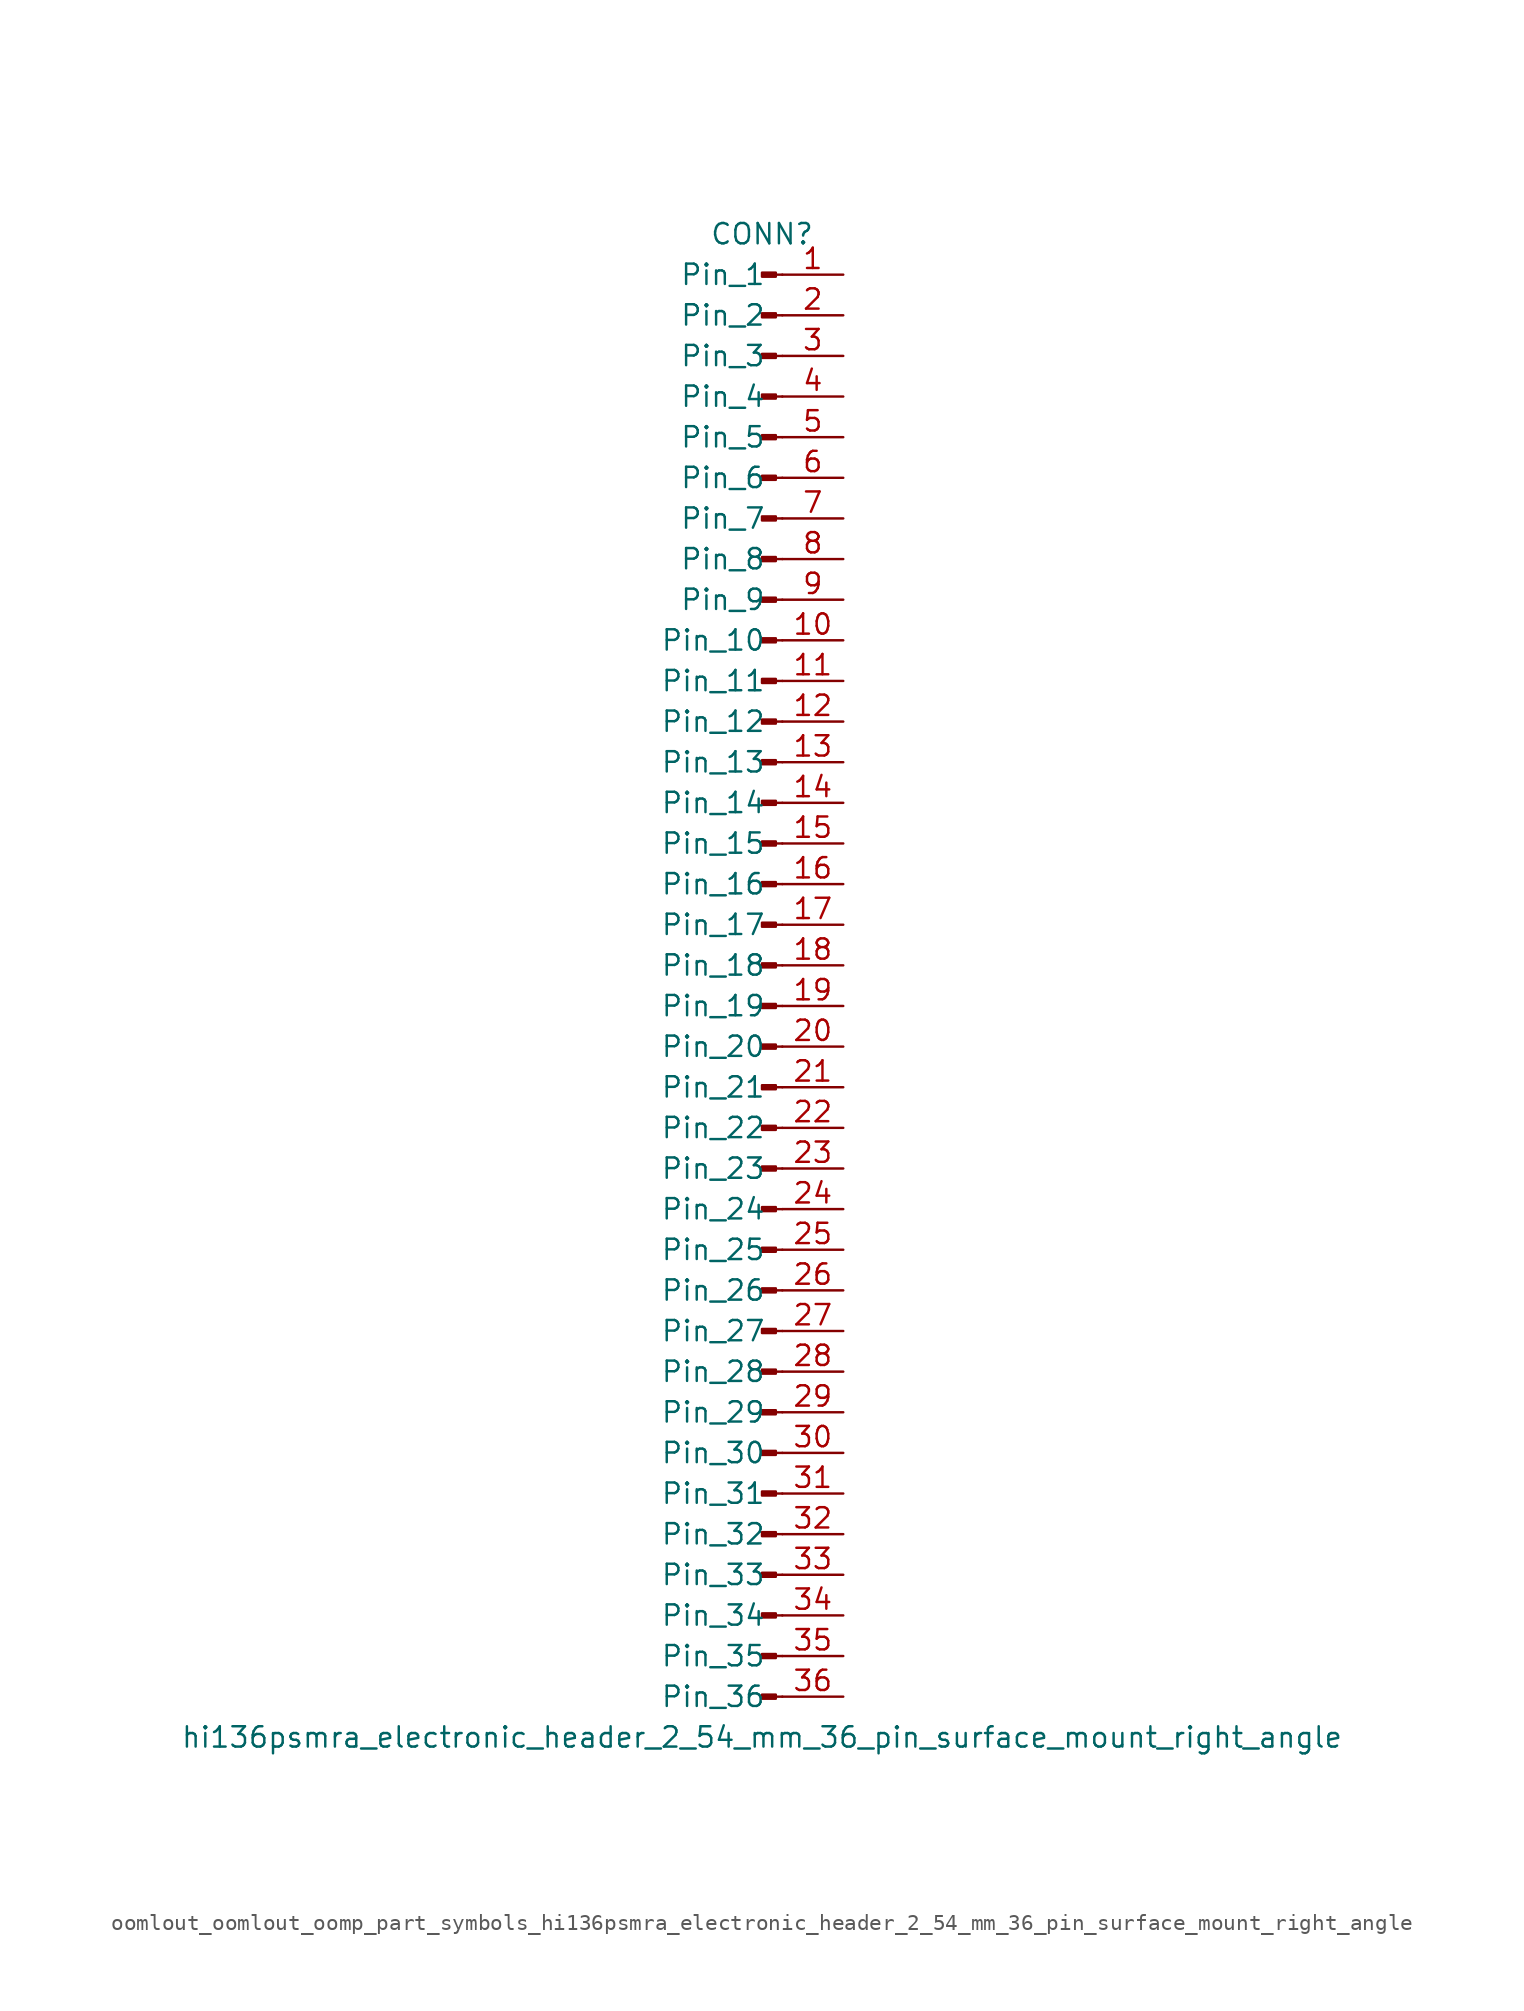
<source format=kicad_sym>
(kicad_symbol_lib
  (version 20220914)
  (generator kicad_symbol_editor)
  (symbol "oomlout_oomlout_oomp_part_symbols_hi136psmra_electronic_header_2_54_mm_36_pin_surface_mount_right_angle"
    (pin_names
      (offset 1.016))
    (property "Reference" "CONN"
      (at 0 45.72 0)
      (effects (font (size 1.27 1.27))))
    (property "Value" "hi136psmra_electronic_header_2_54_mm_36_pin_surface_mount_right_angle"
      (at 0 -48.26 0)
      (effects (font (size 1.27 1.27))))
    (property "ki_locked" ""
      (at 0 0 0)
      (effects (font (size 1.27 1.27))))
    (symbol "oomlout_oomlout_oomp_part_symbols_hi136psmra_electronic_header_2_54_mm_36_pin_surface_mount_right_angle_1_1"
      (polyline (pts (xy 1.27 -45.72) (xy 0.864 -45.72)) (stroke (width 0.152) (type default)) (fill (type none)))
      (polyline (pts (xy 1.27 -43.18) (xy 0.864 -43.18)) (stroke (width 0.152) (type default)) (fill (type none)))
      (polyline (pts (xy 1.27 -40.64) (xy 0.864 -40.64)) (stroke (width 0.152) (type default)) (fill (type none)))
      (polyline (pts (xy 1.27 -38.1) (xy 0.864 -38.1)) (stroke (width 0.152) (type default)) (fill (type none)))
      (polyline (pts (xy 1.27 -35.56) (xy 0.864 -35.56)) (stroke (width 0.152) (type default)) (fill (type none)))
      (polyline (pts (xy 1.27 -33.02) (xy 0.864 -33.02)) (stroke (width 0.152) (type default)) (fill (type none)))
      (polyline (pts (xy 1.27 -30.48) (xy 0.864 -30.48)) (stroke (width 0.152) (type default)) (fill (type none)))
      (polyline (pts (xy 1.27 -27.94) (xy 0.864 -27.94)) (stroke (width 0.152) (type default)) (fill (type none)))
      (polyline (pts (xy 1.27 -25.4) (xy 0.864 -25.4)) (stroke (width 0.152) (type default)) (fill (type none)))
      (polyline (pts (xy 1.27 -22.86) (xy 0.864 -22.86)) (stroke (width 0.152) (type default)) (fill (type none)))
      (polyline (pts (xy 1.27 -20.32) (xy 0.864 -20.32)) (stroke (width 0.152) (type default)) (fill (type none)))
      (polyline (pts (xy 1.27 -17.78) (xy 0.864 -17.78)) (stroke (width 0.152) (type default)) (fill (type none)))
      (polyline (pts (xy 1.27 -15.24) (xy 0.864 -15.24)) (stroke (width 0.152) (type default)) (fill (type none)))
      (polyline (pts (xy 1.27 -12.7) (xy 0.864 -12.7)) (stroke (width 0.152) (type default)) (fill (type none)))
      (polyline (pts (xy 1.27 -10.16) (xy 0.864 -10.16)) (stroke (width 0.152) (type default)) (fill (type none)))
      (polyline (pts (xy 1.27 -7.62) (xy 0.864 -7.62)) (stroke (width 0.152) (type default)) (fill (type none)))
      (polyline (pts (xy 1.27 -5.08) (xy 0.864 -5.08)) (stroke (width 0.152) (type default)) (fill (type none)))
      (polyline (pts (xy 1.27 -2.54) (xy 0.864 -2.54)) (stroke (width 0.152) (type default)) (fill (type none)))
      (polyline (pts (xy 1.27 0) (xy 0.864 0)) (stroke (width 0.152) (type default)) (fill (type none)))
      (polyline (pts (xy 1.27 2.54) (xy 0.864 2.54)) (stroke (width 0.152) (type default)) (fill (type none)))
      (polyline (pts (xy 1.27 5.08) (xy 0.864 5.08)) (stroke (width 0.152) (type default)) (fill (type none)))
      (polyline (pts (xy 1.27 7.62) (xy 0.864 7.62)) (stroke (width 0.152) (type default)) (fill (type none)))
      (polyline (pts (xy 1.27 10.16) (xy 0.864 10.16)) (stroke (width 0.152) (type default)) (fill (type none)))
      (polyline (pts (xy 1.27 12.7) (xy 0.864 12.7)) (stroke (width 0.152) (type default)) (fill (type none)))
      (polyline (pts (xy 1.27 15.24) (xy 0.864 15.24)) (stroke (width 0.152) (type default)) (fill (type none)))
      (polyline (pts (xy 1.27 17.78) (xy 0.864 17.78)) (stroke (width 0.152) (type default)) (fill (type none)))
      (polyline (pts (xy 1.27 20.32) (xy 0.864 20.32)) (stroke (width 0.152) (type default)) (fill (type none)))
      (polyline (pts (xy 1.27 22.86) (xy 0.864 22.86)) (stroke (width 0.152) (type default)) (fill (type none)))
      (polyline (pts (xy 1.27 25.4) (xy 0.864 25.4)) (stroke (width 0.152) (type default)) (fill (type none)))
      (polyline (pts (xy 1.27 27.94) (xy 0.864 27.94)) (stroke (width 0.152) (type default)) (fill (type none)))
      (polyline (pts (xy 1.27 30.48) (xy 0.864 30.48)) (stroke (width 0.152) (type default)) (fill (type none)))
      (polyline (pts (xy 1.27 33.02) (xy 0.864 33.02)) (stroke (width 0.152) (type default)) (fill (type none)))
      (polyline (pts (xy 1.27 35.56) (xy 0.864 35.56)) (stroke (width 0.152) (type default)) (fill (type none)))
      (polyline (pts (xy 1.27 38.1) (xy 0.864 38.1)) (stroke (width 0.152) (type default)) (fill (type none)))
      (polyline (pts (xy 1.27 40.64) (xy 0.864 40.64)) (stroke (width 0.152) (type default)) (fill (type none)))
      (polyline (pts (xy 1.27 43.18) (xy 0.864 43.18)) (stroke (width 0.152) (type default)) (fill (type none)))
      (rectangle (start 0.864 -45.593) (end 0 -45.847) (stroke (width 0.152) (type default)) (fill (type outline)))
      (rectangle (start 0.864 -43.053) (end 0 -43.307) (stroke (width 0.152) (type default)) (fill (type outline)))
      (rectangle (start 0.864 -40.513) (end 0 -40.767) (stroke (width 0.152) (type default)) (fill (type outline)))
      (rectangle (start 0.864 -37.973) (end 0 -38.227) (stroke (width 0.152) (type default)) (fill (type outline)))
      (rectangle (start 0.864 -35.433) (end 0 -35.687) (stroke (width 0.152) (type default)) (fill (type outline)))
      (rectangle (start 0.864 -32.893) (end 0 -33.147) (stroke (width 0.152) (type default)) (fill (type outline)))
      (rectangle (start 0.864 -30.353) (end 0 -30.607) (stroke (width 0.152) (type default)) (fill (type outline)))
      (rectangle (start 0.864 -27.813) (end 0 -28.067) (stroke (width 0.152) (type default)) (fill (type outline)))
      (rectangle (start 0.864 -25.273) (end 0 -25.527) (stroke (width 0.152) (type default)) (fill (type outline)))
      (rectangle (start 0.864 -22.733) (end 0 -22.987) (stroke (width 0.152) (type default)) (fill (type outline)))
      (rectangle (start 0.864 -20.193) (end 0 -20.447) (stroke (width 0.152) (type default)) (fill (type outline)))
      (rectangle (start 0.864 -17.653) (end 0 -17.907) (stroke (width 0.152) (type default)) (fill (type outline)))
      (rectangle (start 0.864 -15.113) (end 0 -15.367) (stroke (width 0.152) (type default)) (fill (type outline)))
      (rectangle (start 0.864 -12.573) (end 0 -12.827) (stroke (width 0.152) (type default)) (fill (type outline)))
      (rectangle (start 0.864 -10.033) (end 0 -10.287) (stroke (width 0.152) (type default)) (fill (type outline)))
      (rectangle (start 0.864 -7.493) (end 0 -7.747) (stroke (width 0.152) (type default)) (fill (type outline)))
      (rectangle (start 0.864 -4.953) (end 0 -5.207) (stroke (width 0.152) (type default)) (fill (type outline)))
      (rectangle (start 0.864 -2.413) (end 0 -2.667) (stroke (width 0.152) (type default)) (fill (type outline)))
      (rectangle (start 0.864 0.127) (end 0 -0.127) (stroke (width 0.152) (type default)) (fill (type outline)))
      (rectangle (start 0.864 2.667) (end 0 2.413) (stroke (width 0.152) (type default)) (fill (type outline)))
      (rectangle (start 0.864 5.207) (end 0 4.953) (stroke (width 0.152) (type default)) (fill (type outline)))
      (rectangle (start 0.864 7.747) (end 0 7.493) (stroke (width 0.152) (type default)) (fill (type outline)))
      (rectangle (start 0.864 10.287) (end 0 10.033) (stroke (width 0.152) (type default)) (fill (type outline)))
      (rectangle (start 0.864 12.827) (end 0 12.573) (stroke (width 0.152) (type default)) (fill (type outline)))
      (rectangle (start 0.864 15.367) (end 0 15.113) (stroke (width 0.152) (type default)) (fill (type outline)))
      (rectangle (start 0.864 17.907) (end 0 17.653) (stroke (width 0.152) (type default)) (fill (type outline)))
      (rectangle (start 0.864 20.447) (end 0 20.193) (stroke (width 0.152) (type default)) (fill (type outline)))
      (rectangle (start 0.864 22.987) (end 0 22.733) (stroke (width 0.152) (type default)) (fill (type outline)))
      (rectangle (start 0.864 25.527) (end 0 25.273) (stroke (width 0.152) (type default)) (fill (type outline)))
      (rectangle (start 0.864 28.067) (end 0 27.813) (stroke (width 0.152) (type default)) (fill (type outline)))
      (rectangle (start 0.864 30.607) (end 0 30.353) (stroke (width 0.152) (type default)) (fill (type outline)))
      (rectangle (start 0.864 33.147) (end 0 32.893) (stroke (width 0.152) (type default)) (fill (type outline)))
      (rectangle (start 0.864 35.687) (end 0 35.433) (stroke (width 0.152) (type default)) (fill (type outline)))
      (rectangle (start 0.864 38.227) (end 0 37.973) (stroke (width 0.152) (type default)) (fill (type outline)))
      (rectangle (start 0.864 40.767) (end 0 40.513) (stroke (width 0.152) (type default)) (fill (type outline)))
      (rectangle (start 0.864 43.307) (end 0 43.053) (stroke (width 0.152) (type default)) (fill (type outline)))
      (pin passive line (at 5.08 43.18 180) (length 3.81) (name "Pin_1" (effects (font (size 1.27 1.27)))) (number "1" (effects (font (size 1.27 1.27)))))
      (pin passive line (at 5.08 20.32 180) (length 3.81) (name "Pin_10" (effects (font (size 1.27 1.27)))) (number "10" (effects (font (size 1.27 1.27)))))
      (pin passive line (at 5.08 17.78 180) (length 3.81) (name "Pin_11" (effects (font (size 1.27 1.27)))) (number "11" (effects (font (size 1.27 1.27)))))
      (pin passive line (at 5.08 15.24 180) (length 3.81) (name "Pin_12" (effects (font (size 1.27 1.27)))) (number "12" (effects (font (size 1.27 1.27)))))
      (pin passive line (at 5.08 12.7 180) (length 3.81) (name "Pin_13" (effects (font (size 1.27 1.27)))) (number "13" (effects (font (size 1.27 1.27)))))
      (pin passive line (at 5.08 10.16 180) (length 3.81) (name "Pin_14" (effects (font (size 1.27 1.27)))) (number "14" (effects (font (size 1.27 1.27)))))
      (pin passive line (at 5.08 7.62 180) (length 3.81) (name "Pin_15" (effects (font (size 1.27 1.27)))) (number "15" (effects (font (size 1.27 1.27)))))
      (pin passive line (at 5.08 5.08 180) (length 3.81) (name "Pin_16" (effects (font (size 1.27 1.27)))) (number "16" (effects (font (size 1.27 1.27)))))
      (pin passive line (at 5.08 2.54 180) (length 3.81) (name "Pin_17" (effects (font (size 1.27 1.27)))) (number "17" (effects (font (size 1.27 1.27)))))
      (pin passive line (at 5.08 0 180) (length 3.81) (name "Pin_18" (effects (font (size 1.27 1.27)))) (number "18" (effects (font (size 1.27 1.27)))))
      (pin passive line (at 5.08 -2.54 180) (length 3.81) (name "Pin_19" (effects (font (size 1.27 1.27)))) (number "19" (effects (font (size 1.27 1.27)))))
      (pin passive line (at 5.08 40.64 180) (length 3.81) (name "Pin_2" (effects (font (size 1.27 1.27)))) (number "2" (effects (font (size 1.27 1.27)))))
      (pin passive line (at 5.08 -5.08 180) (length 3.81) (name "Pin_20" (effects (font (size 1.27 1.27)))) (number "20" (effects (font (size 1.27 1.27)))))
      (pin passive line (at 5.08 -7.62 180) (length 3.81) (name "Pin_21" (effects (font (size 1.27 1.27)))) (number "21" (effects (font (size 1.27 1.27)))))
      (pin passive line (at 5.08 -10.16 180) (length 3.81) (name "Pin_22" (effects (font (size 1.27 1.27)))) (number "22" (effects (font (size 1.27 1.27)))))
      (pin passive line (at 5.08 -12.7 180) (length 3.81) (name "Pin_23" (effects (font (size 1.27 1.27)))) (number "23" (effects (font (size 1.27 1.27)))))
      (pin passive line (at 5.08 -15.24 180) (length 3.81) (name "Pin_24" (effects (font (size 1.27 1.27)))) (number "24" (effects (font (size 1.27 1.27)))))
      (pin passive line (at 5.08 -17.78 180) (length 3.81) (name "Pin_25" (effects (font (size 1.27 1.27)))) (number "25" (effects (font (size 1.27 1.27)))))
      (pin passive line (at 5.08 -20.32 180) (length 3.81) (name "Pin_26" (effects (font (size 1.27 1.27)))) (number "26" (effects (font (size 1.27 1.27)))))
      (pin passive line (at 5.08 -22.86 180) (length 3.81) (name "Pin_27" (effects (font (size 1.27 1.27)))) (number "27" (effects (font (size 1.27 1.27)))))
      (pin passive line (at 5.08 -25.4 180) (length 3.81) (name "Pin_28" (effects (font (size 1.27 1.27)))) (number "28" (effects (font (size 1.27 1.27)))))
      (pin passive line (at 5.08 -27.94 180) (length 3.81) (name "Pin_29" (effects (font (size 1.27 1.27)))) (number "29" (effects (font (size 1.27 1.27)))))
      (pin passive line (at 5.08 38.1 180) (length 3.81) (name "Pin_3" (effects (font (size 1.27 1.27)))) (number "3" (effects (font (size 1.27 1.27)))))
      (pin passive line (at 5.08 -30.48 180) (length 3.81) (name "Pin_30" (effects (font (size 1.27 1.27)))) (number "30" (effects (font (size 1.27 1.27)))))
      (pin passive line (at 5.08 -33.02 180) (length 3.81) (name "Pin_31" (effects (font (size 1.27 1.27)))) (number "31" (effects (font (size 1.27 1.27)))))
      (pin passive line (at 5.08 -35.56 180) (length 3.81) (name "Pin_32" (effects (font (size 1.27 1.27)))) (number "32" (effects (font (size 1.27 1.27)))))
      (pin passive line (at 5.08 -38.1 180) (length 3.81) (name "Pin_33" (effects (font (size 1.27 1.27)))) (number "33" (effects (font (size 1.27 1.27)))))
      (pin passive line (at 5.08 -40.64 180) (length 3.81) (name "Pin_34" (effects (font (size 1.27 1.27)))) (number "34" (effects (font (size 1.27 1.27)))))
      (pin passive line (at 5.08 -43.18 180) (length 3.81) (name "Pin_35" (effects (font (size 1.27 1.27)))) (number "35" (effects (font (size 1.27 1.27)))))
      (pin passive line (at 5.08 -45.72 180) (length 3.81) (name "Pin_36" (effects (font (size 1.27 1.27)))) (number "36" (effects (font (size 1.27 1.27)))))
      (pin passive line (at 5.08 35.56 180) (length 3.81) (name "Pin_4" (effects (font (size 1.27 1.27)))) (number "4" (effects (font (size 1.27 1.27)))))
      (pin passive line (at 5.08 33.02 180) (length 3.81) (name "Pin_5" (effects (font (size 1.27 1.27)))) (number "5" (effects (font (size 1.27 1.27)))))
      (pin passive line (at 5.08 30.48 180) (length 3.81) (name "Pin_6" (effects (font (size 1.27 1.27)))) (number "6" (effects (font (size 1.27 1.27)))))
      (pin passive line (at 5.08 27.94 180) (length 3.81) (name "Pin_7" (effects (font (size 1.27 1.27)))) (number "7" (effects (font (size 1.27 1.27)))))
      (pin passive line (at 5.08 25.4 180) (length 3.81) (name "Pin_8" (effects (font (size 1.27 1.27)))) (number "8" (effects (font (size 1.27 1.27)))))
      (pin passive line (at 5.08 22.86 180) (length 3.81) (name "Pin_9" (effects (font (size 1.27 1.27)))) (number "9" (effects (font (size 1.27 1.27))))))))
</source>
